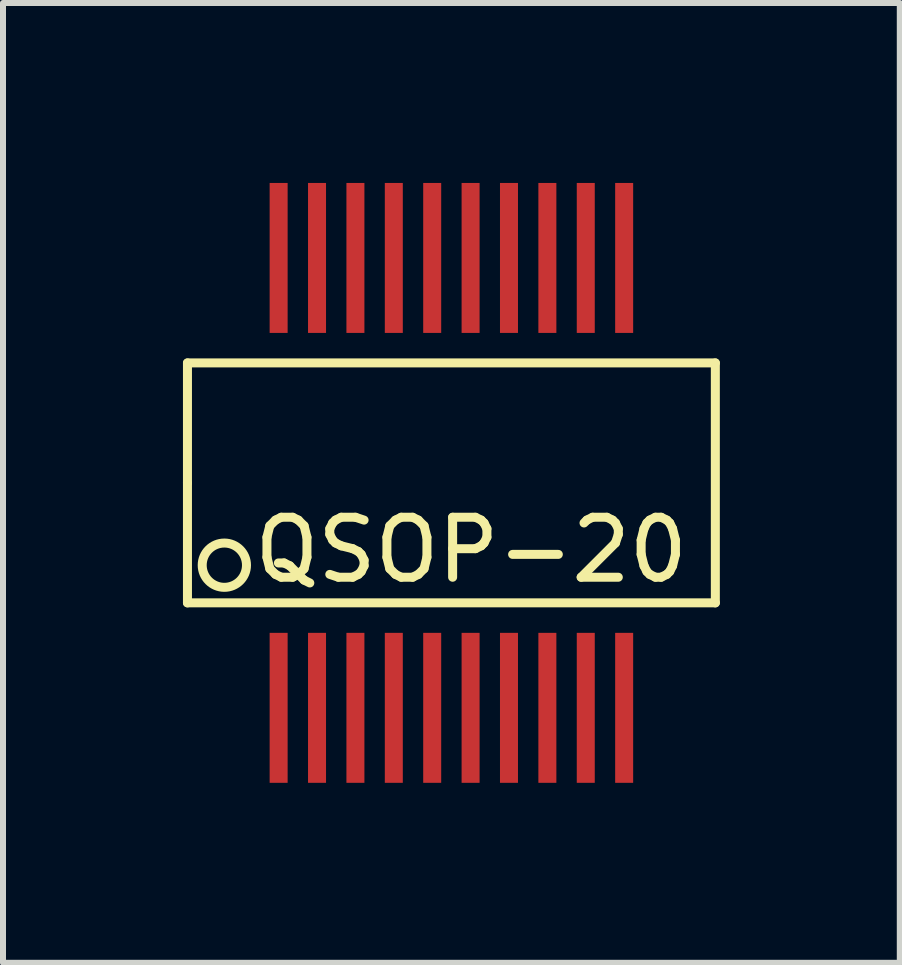
<source format=kicad_pcb>
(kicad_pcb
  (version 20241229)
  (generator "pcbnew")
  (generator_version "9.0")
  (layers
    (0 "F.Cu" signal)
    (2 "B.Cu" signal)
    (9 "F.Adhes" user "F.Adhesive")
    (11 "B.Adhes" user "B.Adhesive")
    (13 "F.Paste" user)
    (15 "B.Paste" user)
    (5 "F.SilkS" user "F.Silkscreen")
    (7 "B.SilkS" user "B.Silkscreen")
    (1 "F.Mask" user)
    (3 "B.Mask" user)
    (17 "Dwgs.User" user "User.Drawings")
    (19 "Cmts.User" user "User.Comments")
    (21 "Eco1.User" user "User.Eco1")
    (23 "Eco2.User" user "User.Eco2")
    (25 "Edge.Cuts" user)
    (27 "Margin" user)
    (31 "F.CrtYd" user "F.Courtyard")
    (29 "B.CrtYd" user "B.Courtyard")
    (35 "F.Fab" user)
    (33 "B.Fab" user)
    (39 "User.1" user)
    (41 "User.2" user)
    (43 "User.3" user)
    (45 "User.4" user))
  (footprint "QSOP-20"
    (layer "F.Cu")
    (at 4.475 5)
    (property "Reference" "QSOP-20" (at 0.33 1.118 0) (layer "F.SilkS") (effects (font (size 1 1) (thickness 0.15))))
    (attr through_hole)
    (fp_line (start -4.4 -2) (end 4.4 -2) (stroke (width 0.15) (type solid)) (layer "F.SilkS"))
    (fp_line (start -4.4 0) (end -4.4 -2) (stroke (width 0.15) (type solid)) (layer "F.SilkS"))
    (fp_line (start -4.4 2) (end -4.4 0) (stroke (width 0.15) (type solid)) (layer "F.SilkS"))
    (fp_line (start 4.4 -2) (end 4.4 2) (stroke (width 0.15) (type solid)) (layer "F.SilkS"))
    (fp_line (start 4.4 2) (end -4.4 2) (stroke (width 0.15) (type solid)) (layer "F.SilkS"))
    (fp_circle (center -3.785 1.372) (end -3.886 1.727) (stroke (width 0.15) (type solid)) (fill no) (layer "F.SilkS"))
    (pad "1" smd rect (at -2.88 3.75) (size 0.3 2.5) (layers "F.Cu" "F.Mask" "F.Paste"))
    (pad "2" smd rect (at -2.24 3.75) (size 0.3 2.5) (layers "F.Cu" "F.Mask" "F.Paste"))
    (pad "3" smd rect (at -1.6 3.75) (size 0.3 2.5) (layers "F.Cu" "F.Mask" "F.Paste"))
    (pad "4" smd rect (at -0.96 3.75) (size 0.3 2.5) (layers "F.Cu" "F.Mask" "F.Paste"))
    (pad "5" smd rect (at -0.32 3.75) (size 0.3 2.5) (layers "F.Cu" "F.Mask" "F.Paste"))
    (pad "6" smd rect (at 0.32 3.75) (size 0.3 2.5) (layers "F.Cu" "F.Mask" "F.Paste"))
    (pad "7" smd rect (at 0.96 3.75) (size 0.3 2.5) (layers "F.Cu" "F.Mask" "F.Paste"))
    (pad "8" smd rect (at 1.6 3.75) (size 0.3 2.5) (layers "F.Cu" "F.Mask" "F.Paste"))
    (pad "9" smd rect (at 2.24 3.75) (size 0.3 2.5) (layers "F.Cu" "F.Mask" "F.Paste"))
    (pad "10" smd rect (at 2.88 3.75) (size 0.3 2.5) (layers "F.Cu" "F.Mask" "F.Paste"))
    (pad "11" smd rect (at 2.88 -3.75) (size 0.3 2.5) (layers "F.Cu" "F.Mask" "F.Paste"))
    (pad "12" smd rect (at 2.24 -3.75) (size 0.3 2.5) (layers "F.Cu" "F.Mask" "F.Paste"))
    (pad "13" smd rect (at 1.6 -3.75) (size 0.3 2.5) (layers "F.Cu" "F.Mask" "F.Paste"))
    (pad "14" smd rect (at 0.96 -3.75) (size 0.3 2.5) (layers "F.Cu" "F.Mask" "F.Paste"))
    (pad "15" smd rect (at 0.32 -3.75) (size 0.3 2.5) (layers "F.Cu" "F.Mask" "F.Paste"))
    (pad "16" smd rect (at -0.32 -3.75) (size 0.3 2.5) (layers "F.Cu" "F.Mask" "F.Paste"))
    (pad "17" smd rect (at -0.96 -3.75) (size 0.3 2.5) (layers "F.Cu" "F.Mask" "F.Paste"))
    (pad "18" smd rect (at -1.6 -3.75) (size 0.3 2.5) (layers "F.Cu" "F.Mask" "F.Paste"))
    (pad "19" smd rect (at -2.24 -3.75) (size 0.3 2.5) (layers "F.Cu" "F.Mask" "F.Paste"))
    (pad "20" smd rect (at -2.88 -3.75) (size 0.3 2.5) (layers "F.Cu" "F.Mask" "F.Paste")))
  (gr_rect
    (start -3 -3)
    (end 11.95 13)
    (stroke (width 0.1) (type default))
    (fill no)
    (layer "Edge.Cuts")))
</source>
